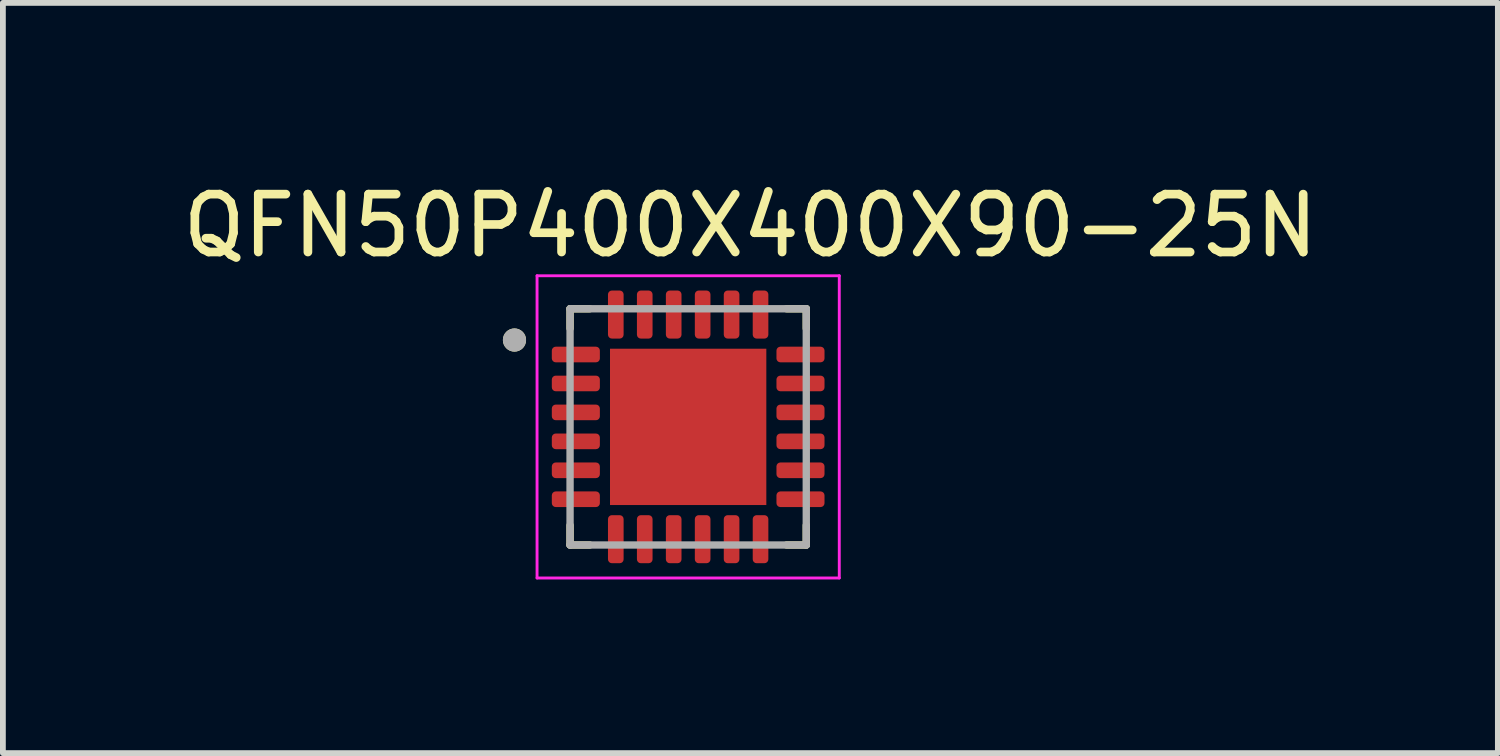
<source format=kicad_pcb>
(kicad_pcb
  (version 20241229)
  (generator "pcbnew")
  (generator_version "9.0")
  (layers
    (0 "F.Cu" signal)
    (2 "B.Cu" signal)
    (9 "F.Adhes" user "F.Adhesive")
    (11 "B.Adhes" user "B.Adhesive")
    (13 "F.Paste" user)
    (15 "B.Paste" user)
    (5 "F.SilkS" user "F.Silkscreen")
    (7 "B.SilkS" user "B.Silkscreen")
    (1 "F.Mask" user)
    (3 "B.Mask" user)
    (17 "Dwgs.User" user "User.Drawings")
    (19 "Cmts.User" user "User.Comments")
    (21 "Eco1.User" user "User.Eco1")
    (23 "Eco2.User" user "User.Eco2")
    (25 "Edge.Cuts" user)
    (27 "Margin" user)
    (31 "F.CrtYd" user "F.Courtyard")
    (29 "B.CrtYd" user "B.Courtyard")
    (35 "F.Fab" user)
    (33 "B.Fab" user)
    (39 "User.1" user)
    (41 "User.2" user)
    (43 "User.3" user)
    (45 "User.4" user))
  (footprint "QFN50P400X400X90-25N"
    (layer "F.Cu")
    (at 8.836 4.323)
    (property "Reference" "QFN50P400X400X90-25N" (at 1.075 -3.475 0) (layer "F.SilkS") (effects (font (size 1 1) (thickness 0.15))))
    (attr smd)
    (fp_line (start -2.04 -2.04) (end -1.7 -2.04) (stroke (width 0.127) (type solid)) (layer "F.SilkS"))
    (fp_line (start -2.04 -1.7) (end -2.04 -2.04) (stroke (width 0.127) (type solid)) (layer "F.SilkS"))
    (fp_line (start -2.04 2.04) (end -2.04 1.7) (stroke (width 0.127) (type solid)) (layer "F.SilkS"))
    (fp_line (start -1.7 2.04) (end -2.04 2.04) (stroke (width 0.127) (type solid)) (layer "F.SilkS"))
    (fp_line (start 1.7 -2.04) (end 2.04 -2.04) (stroke (width 0.127) (type solid)) (layer "F.SilkS"))
    (fp_line (start 2.04 -2.04) (end 2.04 -1.7) (stroke (width 0.127) (type solid)) (layer "F.SilkS"))
    (fp_line (start 2.04 1.7) (end 2.04 2.04) (stroke (width 0.127) (type solid)) (layer "F.SilkS"))
    (fp_line (start 2.04 2.04) (end 1.7 2.04) (stroke (width 0.127) (type solid)) (layer "F.SilkS"))
    (fp_circle (center -3 -1.5) (end -2.9 -1.5) (stroke (width 0.2) (type solid)) (fill no) (layer "F.SilkS"))
    (fp_poly (pts (xy -1.09 -1.09) (xy -0.13 -1.09) (xy -0.13 -0.13) (xy -1.09 -0.13)) (stroke (width 0.01) (type solid)) (fill yes) (layer "F.Paste"))
    (fp_poly (pts (xy -1.09 0.13) (xy -0.13 0.13) (xy -0.13 1.09) (xy -1.09 1.09)) (stroke (width 0.01) (type solid)) (fill yes) (layer "F.Paste"))
    (fp_poly (pts (xy 0.13 -1.09) (xy 1.09 -1.09) (xy 1.09 -0.13) (xy 0.13 -0.13)) (stroke (width 0.01) (type solid)) (fill yes) (layer "F.Paste"))
    (fp_poly (pts (xy 0.13 0.13) (xy 1.09 0.13) (xy 1.09 1.09) (xy 0.13 1.09)) (stroke (width 0.01) (type solid)) (fill yes) (layer "F.Paste"))
    (fp_line (start -2.61 -2.61) (end 2.61 -2.61) (stroke (width 0.05) (type solid)) (layer "F.CrtYd"))
    (fp_line (start -2.61 2.61) (end -2.61 -2.61) (stroke (width 0.05) (type solid)) (layer "F.CrtYd"))
    (fp_line (start 2.61 -2.61) (end 2.61 2.61) (stroke (width 0.05) (type solid)) (layer "F.CrtYd"))
    (fp_line (start 2.61 2.61) (end -2.61 2.61) (stroke (width 0.05) (type solid)) (layer "F.CrtYd"))
    (fp_line (start -2.04 -2.04) (end 2.04 -2.04) (stroke (width 0.127) (type solid)) (layer "F.Fab"))
    (fp_line (start -2.04 2.04) (end -2.04 -2.04) (stroke (width 0.127) (type solid)) (layer "F.Fab"))
    (fp_line (start 2.04 -2.04) (end 2.04 2.04) (stroke (width 0.127) (type solid)) (layer "F.Fab"))
    (fp_line (start 2.04 2.04) (end -2.04 2.04) (stroke (width 0.127) (type solid)) (layer "F.Fab"))
    (fp_circle (center -3 -1.5) (end -2.9 -1.5) (stroke (width 0.2) (type solid)) (fill no) (layer "F.Fab"))
    (pad "1" smd roundrect (at -1.94 -1.25) (size 0.83 0.27) (layers "F.Cu" "F.Mask" "F.Paste") (roundrect_rratio 0.25))
    (pad "2" smd roundrect (at -1.94 -0.75) (size 0.83 0.27) (layers "F.Cu" "F.Mask" "F.Paste") (roundrect_rratio 0.25))
    (pad "3" smd roundrect (at -1.94 -0.25) (size 0.83 0.27) (layers "F.Cu" "F.Mask" "F.Paste") (roundrect_rratio 0.25))
    (pad "4" smd roundrect (at -1.94 0.25) (size 0.83 0.27) (layers "F.Cu" "F.Mask" "F.Paste") (roundrect_rratio 0.25))
    (pad "5" smd roundrect (at -1.94 0.75) (size 0.83 0.27) (layers "F.Cu" "F.Mask" "F.Paste") (roundrect_rratio 0.25))
    (pad "6" smd roundrect (at -1.94 1.25) (size 0.83 0.27) (layers "F.Cu" "F.Mask" "F.Paste") (roundrect_rratio 0.25))
    (pad "7" smd roundrect (at -1.25 1.94) (size 0.27 0.83) (layers "F.Cu" "F.Mask" "F.Paste") (roundrect_rratio 0.25))
    (pad "8" smd roundrect (at -0.75 1.94) (size 0.27 0.83) (layers "F.Cu" "F.Mask" "F.Paste") (roundrect_rratio 0.25))
    (pad "9" smd roundrect (at -0.25 1.94) (size 0.27 0.83) (layers "F.Cu" "F.Mask" "F.Paste") (roundrect_rratio 0.25))
    (pad "10" smd roundrect (at 0.25 1.94) (size 0.27 0.83) (layers "F.Cu" "F.Mask" "F.Paste") (roundrect_rratio 0.25))
    (pad "11" smd roundrect (at 0.75 1.94) (size 0.27 0.83) (layers "F.Cu" "F.Mask" "F.Paste") (roundrect_rratio 0.25))
    (pad "12" smd roundrect (at 1.25 1.94) (size 0.27 0.83) (layers "F.Cu" "F.Mask" "F.Paste") (roundrect_rratio 0.25))
    (pad "13" smd roundrect (at 1.94 1.25) (size 0.83 0.27) (layers "F.Cu" "F.Mask" "F.Paste") (roundrect_rratio 0.25))
    (pad "14" smd roundrect (at 1.94 0.75) (size 0.83 0.27) (layers "F.Cu" "F.Mask" "F.Paste") (roundrect_rratio 0.25))
    (pad "15" smd roundrect (at 1.94 0.25) (size 0.83 0.27) (layers "F.Cu" "F.Mask" "F.Paste") (roundrect_rratio 0.25))
    (pad "16" smd roundrect (at 1.94 -0.25) (size 0.83 0.27) (layers "F.Cu" "F.Mask" "F.Paste") (roundrect_rratio 0.25))
    (pad "17" smd roundrect (at 1.94 -0.75) (size 0.83 0.27) (layers "F.Cu" "F.Mask" "F.Paste") (roundrect_rratio 0.25))
    (pad "18" smd roundrect (at 1.94 -1.25) (size 0.83 0.27) (layers "F.Cu" "F.Mask" "F.Paste") (roundrect_rratio 0.25))
    (pad "19" smd roundrect (at 1.25 -1.94) (size 0.27 0.83) (layers "F.Cu" "F.Mask" "F.Paste") (roundrect_rratio 0.25))
    (pad "20" smd roundrect (at 0.75 -1.94) (size 0.27 0.83) (layers "F.Cu" "F.Mask" "F.Paste") (roundrect_rratio 0.25))
    (pad "21" smd roundrect (at 0.25 -1.94) (size 0.27 0.83) (layers "F.Cu" "F.Mask" "F.Paste") (roundrect_rratio 0.25))
    (pad "22" smd roundrect (at -0.25 -1.94) (size 0.27 0.83) (layers "F.Cu" "F.Mask" "F.Paste") (roundrect_rratio 0.25))
    (pad "23" smd roundrect (at -0.75 -1.94) (size 0.27 0.83) (layers "F.Cu" "F.Mask" "F.Paste") (roundrect_rratio 0.25))
    (pad "24" smd roundrect (at -1.25 -1.94) (size 0.27 0.83) (layers "F.Cu" "F.Mask" "F.Paste") (roundrect_rratio 0.25))
    (pad "25" smd rect (at 0 0) (size 2.7 2.7) (layers "F.Cu" "F.Mask")))
  (gr_rect
    (start -3 -3)
    (end 22.821 9.958)
    (stroke (width 0.1) (type default))
    (fill no)
    (layer "Edge.Cuts")))
</source>
